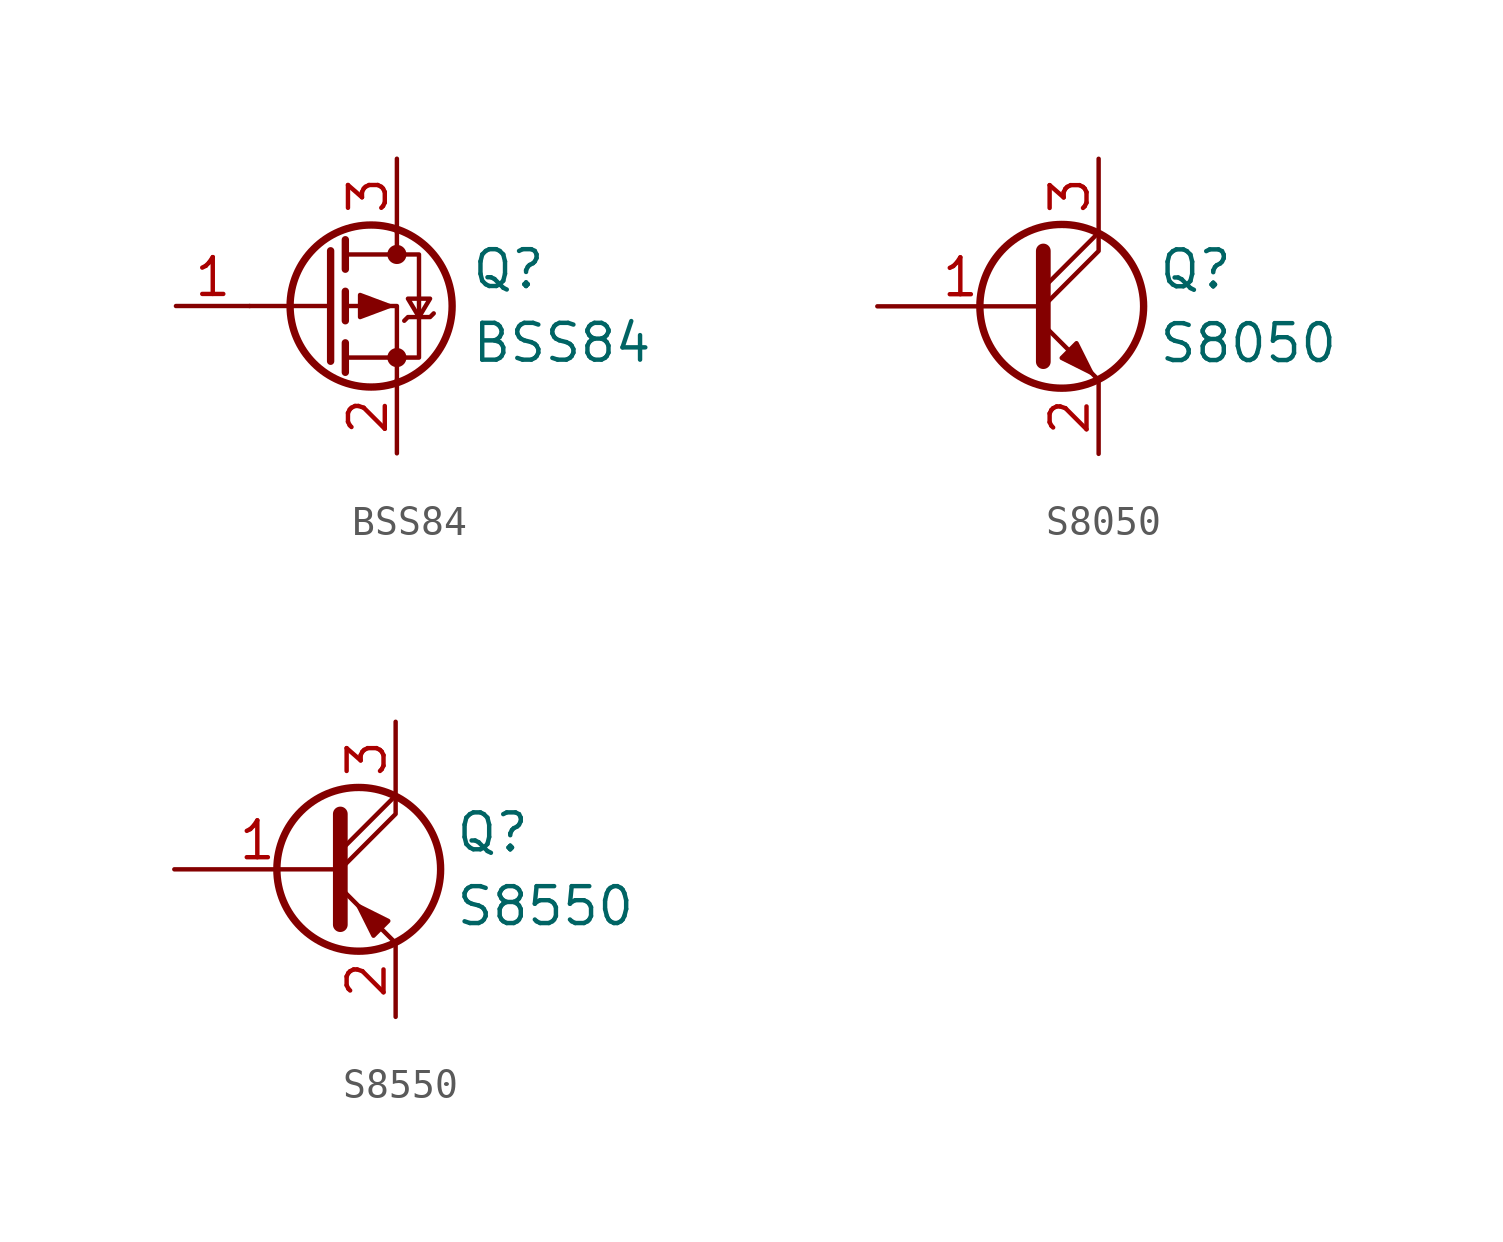
<source format=kicad_sym>
(kicad_symbol_lib
  (version 20220914)
  (generator kicad_symbol_editor)
  (symbol "BSS84"
    (pin_names
      (offset 0) hide)
    (property "Reference" "Q"
      (at 5.08 1.27 0)
      (do_not_autoplace)
      (effects (font (size 1.27 1.27)) (justify left)))
    (property "Value" "BSS84"
      (at 5.08 -1.27 0)
      (do_not_autoplace)
      (effects (font (size 1.27 1.27)) (justify left)))
    (symbol "BSS84_0_1"
      (polyline (pts (xy 0.254 0) (xy -2.54 0)) (stroke (width 0) (type default)) (fill (type none)))
      (polyline (pts (xy 0.254 1.905) (xy 0.254 -1.905)) (stroke (width 0.254) (type default)) (fill (type none)))
      (polyline (pts (xy 0.762 -1.27) (xy 0.762 -2.286)) (stroke (width 0.254) (type default)) (fill (type none)))
      (polyline (pts (xy 0.762 0.508) (xy 0.762 -0.508)) (stroke (width 0.254) (type default)) (fill (type none)))
      (polyline (pts (xy 0.762 2.286) (xy 0.762 1.27)) (stroke (width 0.254) (type default)) (fill (type none)))
      (polyline (pts (xy 2.54 2.54) (xy 2.54 1.778)) (stroke (width 0) (type default)) (fill (type none)))
      (polyline (pts (xy 2.54 -2.54) (xy 2.54 0) (xy 0.762 0)) (stroke (width 0) (type default)) (fill (type none)))
      (polyline (pts (xy 0.762 1.778) (xy 3.302 1.778) (xy 3.302 -1.778) (xy 0.762 -1.778)) (stroke (width 0) (type default)) (fill (type none)))
      (polyline (pts (xy 2.286 0) (xy 1.27 0.381) (xy 1.27 -0.381) (xy 2.286 0)) (stroke (width 0) (type default)) (fill (type outline)))
      (polyline (pts (xy 2.794 -0.508) (xy 2.921 -0.381) (xy 3.683 -0.381) (xy 3.81 -0.254)) (stroke (width 0) (type default)) (fill (type none)))
      (polyline (pts (xy 3.302 -0.381) (xy 2.921 0.254) (xy 3.683 0.254) (xy 3.302 -0.381)) (stroke (width 0) (type default)) (fill (type none)))
      (circle (center 1.651 0) (radius 2.794) (stroke (width 0.254) (type default)) (fill (type none)))
      (circle (center 2.54 -1.778) (radius 0.254) (stroke (width 0) (type default)) (fill (type outline)))
      (circle (center 2.54 1.778) (radius 0.254) (stroke (width 0) (type default)) (fill (type outline))))
    (symbol "BSS84_1_1"
      (pin input line (at -5.08 0 0) (length 2.54) (name "G" (effects (font (size 1.27 1.27)))) (number "1" (effects (font (size 1.27 1.27)))))
      (pin passive line (at 2.54 -5.08 90) (length 2.54) (name "S" (effects (font (size 1.27 1.27)))) (number "2" (effects (font (size 1.27 1.27)))))
      (pin passive line (at 2.54 5.08 270) (length 2.54) (name "D" (effects (font (size 1.27 1.27)))) (number "3" (effects (font (size 1.27 1.27)))))))
  (symbol "S8050"
    (pin_names
      (offset 0) hide)
    (property "Reference" "Q"
      (at 4.572 1.27 0)
      (do_not_autoplace)
      (effects (font (size 1.27 1.27)) (justify left)))
    (property "Value" "S8050"
      (at 4.572 -1.27 0)
      (do_not_autoplace)
      (effects (font (size 1.27 1.27)) (justify left)))
    (symbol "S8050_0_1"
      (polyline (pts (xy 0.635 0.635) (xy 2.54 2.54)) (stroke (width 0) (type default)) (fill (type none)))
      (polyline (pts (xy 0.635 -0.635) (xy 2.54 -2.54) (xy 2.54 -2.54)) (stroke (width 0) (type default)) (fill (type none)))
      (polyline (pts (xy 0.635 0) (xy 2.54 1.905) (xy 2.54 2.54)) (stroke (width 0) (type default)) (fill (type none)))
      (polyline (pts (xy 0.635 1.905) (xy 0.635 -1.905) (xy 0.635 -1.905)) (stroke (width 0.508) (type default)) (fill (type none)))
      (polyline (pts (xy 1.27 -1.778) (xy 1.778 -1.27) (xy 2.286 -2.286) (xy 1.27 -1.778) (xy 1.27 -1.778)) (stroke (width 0) (type default)) (fill (type outline)))
      (circle (center 1.27 0) (radius 2.819) (stroke (width 0.254) (type default)) (fill (type none))))
    (symbol "S8050_1_1"
      (pin input line (at -5.08 0 0) (length 5.715) (name "B" (effects (font (size 1.27 1.27)))) (number "1" (effects (font (size 1.27 1.27)))))
      (pin passive line (at 2.54 -5.08 90) (length 2.54) (name "E" (effects (font (size 1.27 1.27)))) (number "2" (effects (font (size 1.27 1.27)))))
      (pin passive line (at 2.54 5.08 270) (length 2.54) (name "C" (effects (font (size 1.27 1.27)))) (number "3" (effects (font (size 1.27 1.27)))))))
  (symbol "S8550"
    (pin_names
      (offset 0) hide)
    (property "Reference" "Q"
      (at 4.572 1.27 0)
      (do_not_autoplace)
      (effects (font (size 1.27 1.27)) (justify left)))
    (property "Value" "S8550"
      (at 4.572 -1.27 0)
      (do_not_autoplace)
      (effects (font (size 1.27 1.27)) (justify left)))
    (symbol "S8550_0_1"
      (polyline (pts (xy 0.635 0.635) (xy 2.54 2.54)) (stroke (width 0) (type default)) (fill (type none)))
      (polyline (pts (xy 0.635 -0.635) (xy 2.54 -2.54) (xy 2.54 -2.54)) (stroke (width 0) (type default)) (fill (type none)))
      (polyline (pts (xy 0.635 0) (xy 2.54 1.905) (xy 2.54 2.54)) (stroke (width 0) (type default)) (fill (type none)))
      (polyline (pts (xy 0.635 1.905) (xy 0.635 -1.905) (xy 0.635 -1.905)) (stroke (width 0.508) (type default)) (fill (type none)))
      (polyline (pts (xy 2.286 -1.778) (xy 1.778 -2.286) (xy 1.27 -1.27) (xy 2.286 -1.778) (xy 2.286 -1.778)) (stroke (width 0) (type default)) (fill (type outline)))
      (circle (center 1.27 0) (radius 2.819) (stroke (width 0.254) (type default)) (fill (type none))))
    (symbol "S8550_1_1"
      (pin input line (at -5.08 0 0) (length 5.715) (name "B" (effects (font (size 1.27 1.27)))) (number "1" (effects (font (size 1.27 1.27)))))
      (pin passive line (at 2.54 -5.08 90) (length 2.54) (name "E" (effects (font (size 1.27 1.27)))) (number "2" (effects (font (size 1.27 1.27)))))
      (pin passive line (at 2.54 5.08 270) (length 2.54) (name "C" (effects (font (size 1.27 1.27)))) (number "3" (effects (font (size 1.27 1.27))))))))
</source>
